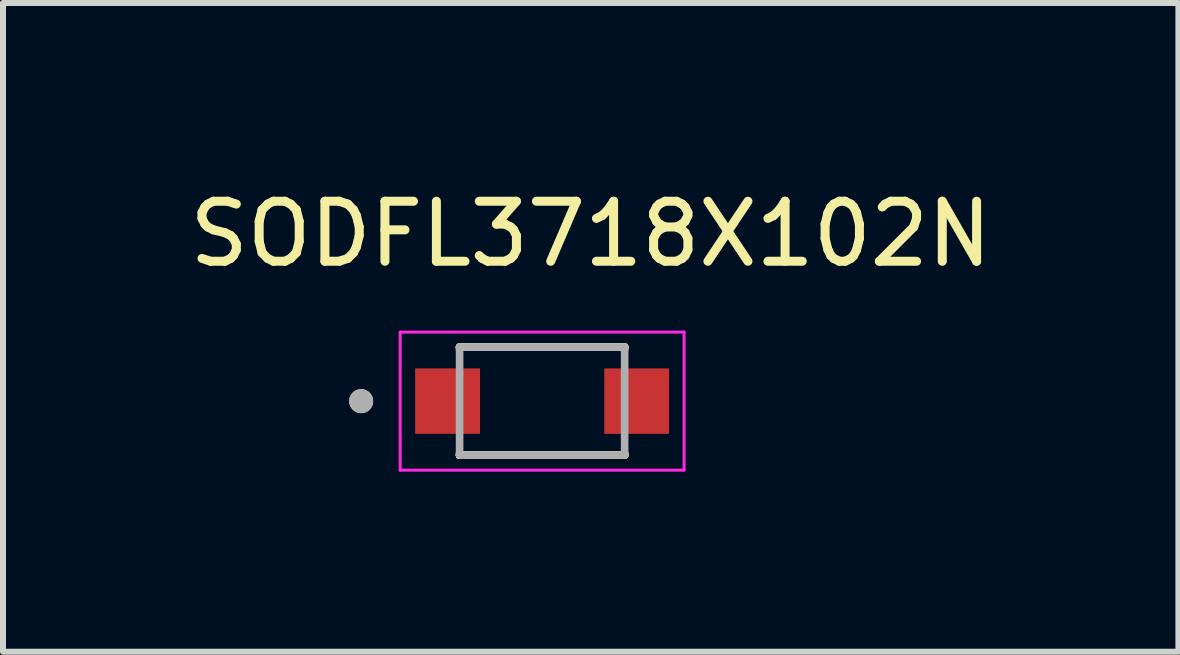
<source format=kicad_pcb>
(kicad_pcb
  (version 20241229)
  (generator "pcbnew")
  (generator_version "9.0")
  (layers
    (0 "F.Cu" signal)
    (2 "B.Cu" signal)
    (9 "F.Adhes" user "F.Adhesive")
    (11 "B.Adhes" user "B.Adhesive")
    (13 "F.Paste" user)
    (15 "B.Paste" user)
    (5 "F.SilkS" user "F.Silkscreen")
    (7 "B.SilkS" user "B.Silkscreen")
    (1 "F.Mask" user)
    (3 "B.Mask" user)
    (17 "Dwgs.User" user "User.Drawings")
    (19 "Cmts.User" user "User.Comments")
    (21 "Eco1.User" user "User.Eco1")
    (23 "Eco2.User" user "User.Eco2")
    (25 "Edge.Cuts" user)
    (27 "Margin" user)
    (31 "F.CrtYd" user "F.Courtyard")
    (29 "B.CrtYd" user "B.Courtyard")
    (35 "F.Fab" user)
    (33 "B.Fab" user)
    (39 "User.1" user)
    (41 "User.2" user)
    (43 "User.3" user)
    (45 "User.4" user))
  (footprint "SODFL3718X102N"
    (layer "F.Cu")
    (at 5.982 3.633)
    (property "Reference" "SODFL3718X102N" (at 0.81 -2.785 0) (layer "F.SilkS") (effects (font (size 1 1) (thickness 0.15))))
    (attr smd)
    (fp_line (start -1.375 -0.9) (end -1.375 -0.895) (stroke (width 0.127) (type solid)) (layer "F.SilkS"))
    (fp_line (start -1.375 -0.9) (end -1.375 -0.865) (stroke (width 0.127) (type solid)) (layer "F.SilkS"))
    (fp_line (start -1.375 0.9) (end -1.375 0.865) (stroke (width 0.127) (type solid)) (layer "F.SilkS"))
    (fp_line (start -1.375 0.9) (end -1.375 0.895) (stroke (width 0.127) (type solid)) (layer "F.SilkS"))
    (fp_line (start -1.375 0.9) (end 1.375 0.9) (stroke (width 0.127) (type solid)) (layer "F.SilkS"))
    (fp_line (start -1.375 0.9) (end 1.375 0.9) (stroke (width 0.127) (type solid)) (layer "F.SilkS"))
    (fp_line (start 1.375 -0.9) (end -1.375 -0.9) (stroke (width 0.127) (type solid)) (layer "F.SilkS"))
    (fp_line (start 1.375 -0.9) (end -1.375 -0.9) (stroke (width 0.127) (type solid)) (layer "F.SilkS"))
    (fp_line (start 1.375 -0.895) (end 1.375 -0.9) (stroke (width 0.127) (type solid)) (layer "F.SilkS"))
    (fp_line (start 1.375 -0.865) (end 1.375 -0.9) (stroke (width 0.127) (type solid)) (layer "F.SilkS"))
    (fp_line (start 1.375 0.9) (end 1.375 0.865) (stroke (width 0.127) (type solid)) (layer "F.SilkS"))
    (fp_line (start 1.375 0.9) (end 1.375 0.895) (stroke (width 0.127) (type solid)) (layer "F.SilkS"))
    (fp_circle (center -3.015 0) (end -2.915 0) (stroke (width 0.2) (type solid)) (fill no) (layer "F.SilkS"))
    (fp_line (start -2.365 -1.15) (end -2.365 1.15) (stroke (width 0.05) (type solid)) (layer "F.CrtYd"))
    (fp_line (start -2.365 1.15) (end 2.365 1.15) (stroke (width 0.05) (type solid)) (layer "F.CrtYd"))
    (fp_line (start 2.365 -1.15) (end -2.365 -1.15) (stroke (width 0.05) (type solid)) (layer "F.CrtYd"))
    (fp_line (start 2.365 1.15) (end 2.365 -1.15) (stroke (width 0.05) (type solid)) (layer "F.CrtYd"))
    (fp_line (start -1.375 -0.9) (end -1.375 0.9) (stroke (width 0.127) (type solid)) (layer "F.Fab"))
    (fp_line (start -1.375 0.9) (end 1.375 0.9) (stroke (width 0.127) (type solid)) (layer "F.Fab"))
    (fp_line (start 1.375 -0.9) (end -1.375 -0.9) (stroke (width 0.127) (type solid)) (layer "F.Fab"))
    (fp_line (start 1.375 0.9) (end 1.375 -0.9) (stroke (width 0.127) (type solid)) (layer "F.Fab"))
    (fp_circle (center -3.015 0) (end -2.915 0) (stroke (width 0.2) (type solid)) (fill no) (layer "F.Fab"))
    (pad "A" smd rect (at 1.575 0) (size 1.08 1.09) (layers "F.Cu" "F.Mask" "F.Paste"))
    (pad "C" smd rect (at -1.575 0) (size 1.08 1.09) (layers "F.Cu" "F.Mask" "F.Paste")))
  (gr_rect
    (start -3 -3)
    (end 16.583 7.808)
    (stroke (width 0.1) (type default))
    (fill no)
    (layer "Edge.Cuts")))
</source>
